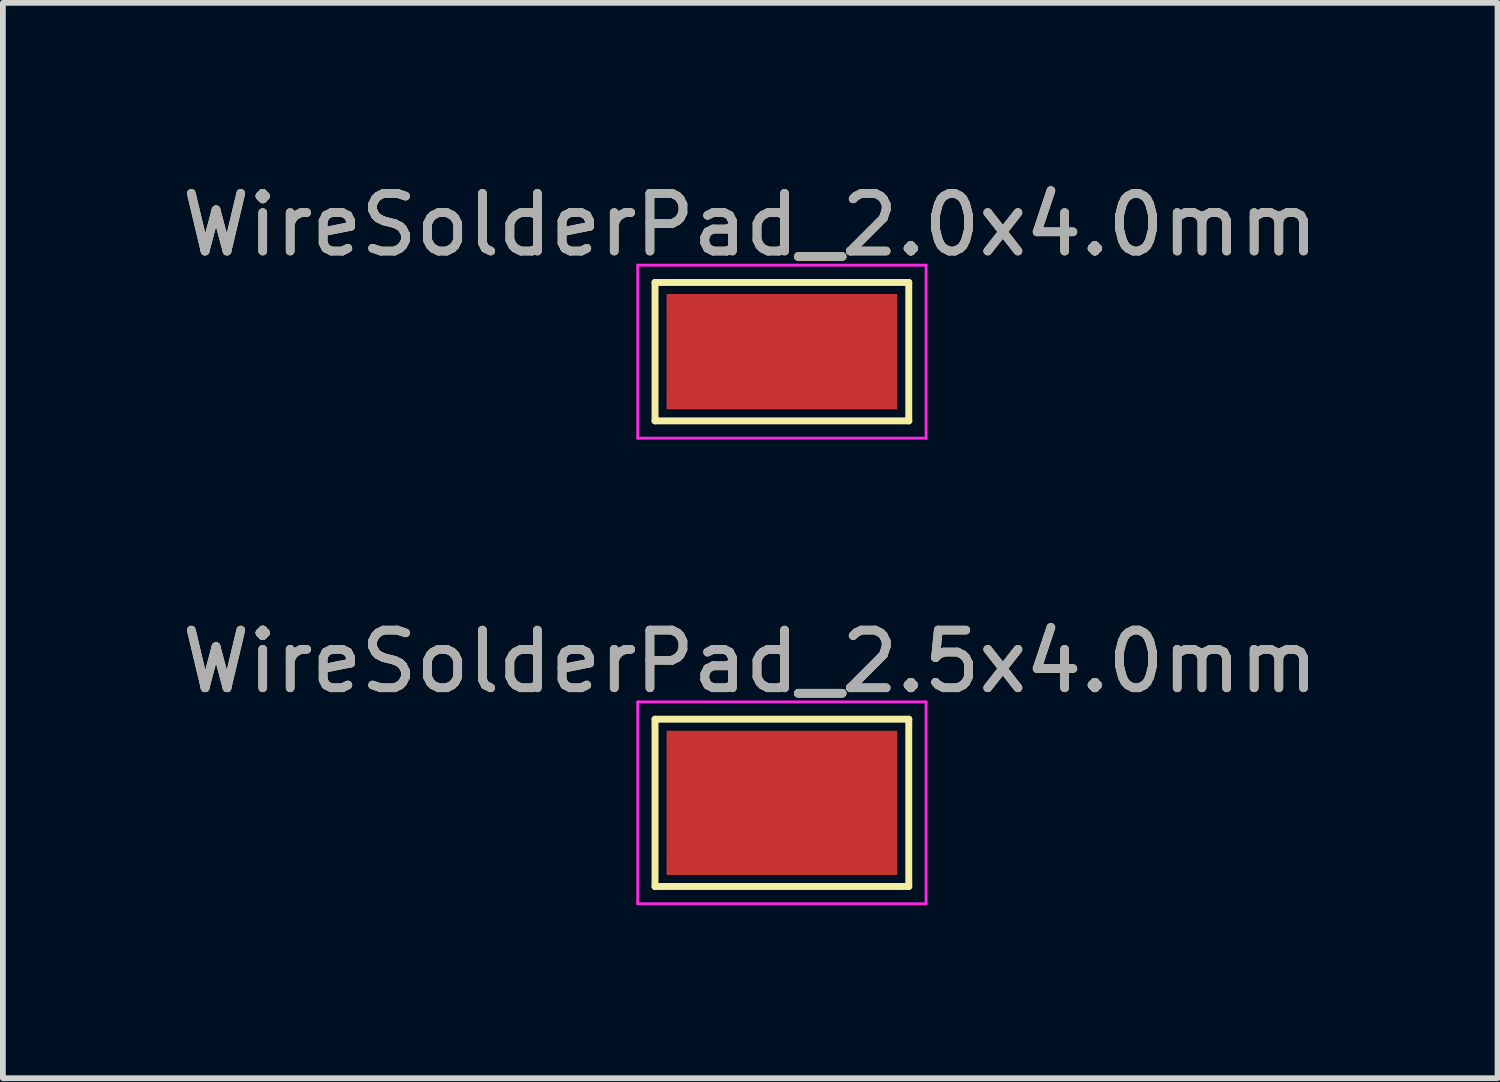
<source format=kicad_pcb>
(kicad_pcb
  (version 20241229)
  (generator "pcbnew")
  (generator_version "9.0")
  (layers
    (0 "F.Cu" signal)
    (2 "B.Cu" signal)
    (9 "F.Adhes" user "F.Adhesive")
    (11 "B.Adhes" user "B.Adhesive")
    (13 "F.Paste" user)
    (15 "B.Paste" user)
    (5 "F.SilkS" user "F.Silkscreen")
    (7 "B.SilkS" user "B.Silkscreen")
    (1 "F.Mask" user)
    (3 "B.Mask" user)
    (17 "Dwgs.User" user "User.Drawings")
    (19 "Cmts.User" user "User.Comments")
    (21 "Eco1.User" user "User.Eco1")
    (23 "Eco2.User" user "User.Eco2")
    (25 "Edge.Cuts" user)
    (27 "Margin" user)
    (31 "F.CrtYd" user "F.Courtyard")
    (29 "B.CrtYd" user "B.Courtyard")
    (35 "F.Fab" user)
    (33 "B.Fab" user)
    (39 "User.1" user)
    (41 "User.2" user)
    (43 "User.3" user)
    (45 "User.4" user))
  (footprint "WireSolderPad_2.0x4.0mm"
    (layer "F.Cu")
    (at 10.508 3.298)
    (property "Reference" "WireSolderPad_2.0x4.0mm" (at -0.55 -2.45 0) (layer "F.SilkS") (effects (font (size 1 1) (thickness 0.15))))
    (attr exclude_from_pos_files exclude_from_bom)
    (fp_line (start -2.2 -1.45) (end 2.2 -1.45) (stroke (width 0.12) (type solid)) (layer "F.SilkS"))
    (fp_line (start -2.2 0.95) (end -2.2 -1.45) (stroke (width 0.12) (type solid)) (layer "F.SilkS"))
    (fp_line (start 2.2 -1.45) (end 2.2 0.95) (stroke (width 0.12) (type solid)) (layer "F.SilkS"))
    (fp_line (start 2.2 0.95) (end -2.2 0.95) (stroke (width 0.12) (type solid)) (layer "F.SilkS"))
    (fp_line (start -2.5 -1.75) (end -2.5 1.25) (stroke (width 0.05) (type solid)) (layer "F.CrtYd"))
    (fp_line (start -2.5 -1.75) (end 2.5 -1.75) (stroke (width 0.05) (type solid)) (layer "F.CrtYd"))
    (fp_line (start 2.5 1.25) (end -2.5 1.25) (stroke (width 0.05) (type solid)) (layer "F.CrtYd"))
    (fp_line (start 2.5 1.25) (end 2.5 -1.75) (stroke (width 0.05) (type solid)) (layer "F.CrtYd"))
    (fp_text user "${REFERENCE}" (at -0.55 -2.45 0) (layer "F.Fab") (effects (font (size 1 1) (thickness 0.15))))
    (pad "1" smd rect (at 0 -0.25) (size 4 2) (layers "F.Cu" "F.Mask")))
  (footprint "WireSolderPad_2.5x4.0mm"
    (layer "F.Cu")
    (at 10.508 10.871)
    (property "Reference" "WireSolderPad_2.5x4.0mm" (at -0.55 -2.45 0) (layer "F.SilkS") (effects (font (size 1 1) (thickness 0.15))))
    (attr exclude_from_pos_files exclude_from_bom)
    (fp_line (start -2.2 -1.45) (end 2.2 -1.45) (stroke (width 0.12) (type solid)) (layer "F.SilkS"))
    (fp_line (start -2.2 1.45) (end -2.2 -1.45) (stroke (width 0.12) (type solid)) (layer "F.SilkS"))
    (fp_line (start 2.2 -1.45) (end 2.2 1.45) (stroke (width 0.12) (type solid)) (layer "F.SilkS"))
    (fp_line (start 2.2 1.45) (end -2.2 1.45) (stroke (width 0.12) (type solid)) (layer "F.SilkS"))
    (fp_line (start -2.5 -1.75) (end -2.5 1.75) (stroke (width 0.05) (type solid)) (layer "F.CrtYd"))
    (fp_line (start -2.5 -1.75) (end 2.5 -1.75) (stroke (width 0.05) (type solid)) (layer "F.CrtYd"))
    (fp_line (start 2.5 1.75) (end -2.5 1.75) (stroke (width 0.05) (type solid)) (layer "F.CrtYd"))
    (fp_line (start 2.5 1.75) (end 2.5 -1.75) (stroke (width 0.05) (type solid)) (layer "F.CrtYd"))
    (fp_text user "${REFERENCE}" (at -0.55 -2.45 0) (layer "F.Fab") (effects (font (size 1 1) (thickness 0.15))))
    (pad "1" smd rect (at 0 0) (size 4 2.5) (layers "F.Cu" "F.Mask")))
  (gr_rect
    (start -3 -3)
    (end 22.917 15.646)
    (stroke (width 0.1) (type default))
    (fill no)
    (layer "Edge.Cuts")))
</source>
